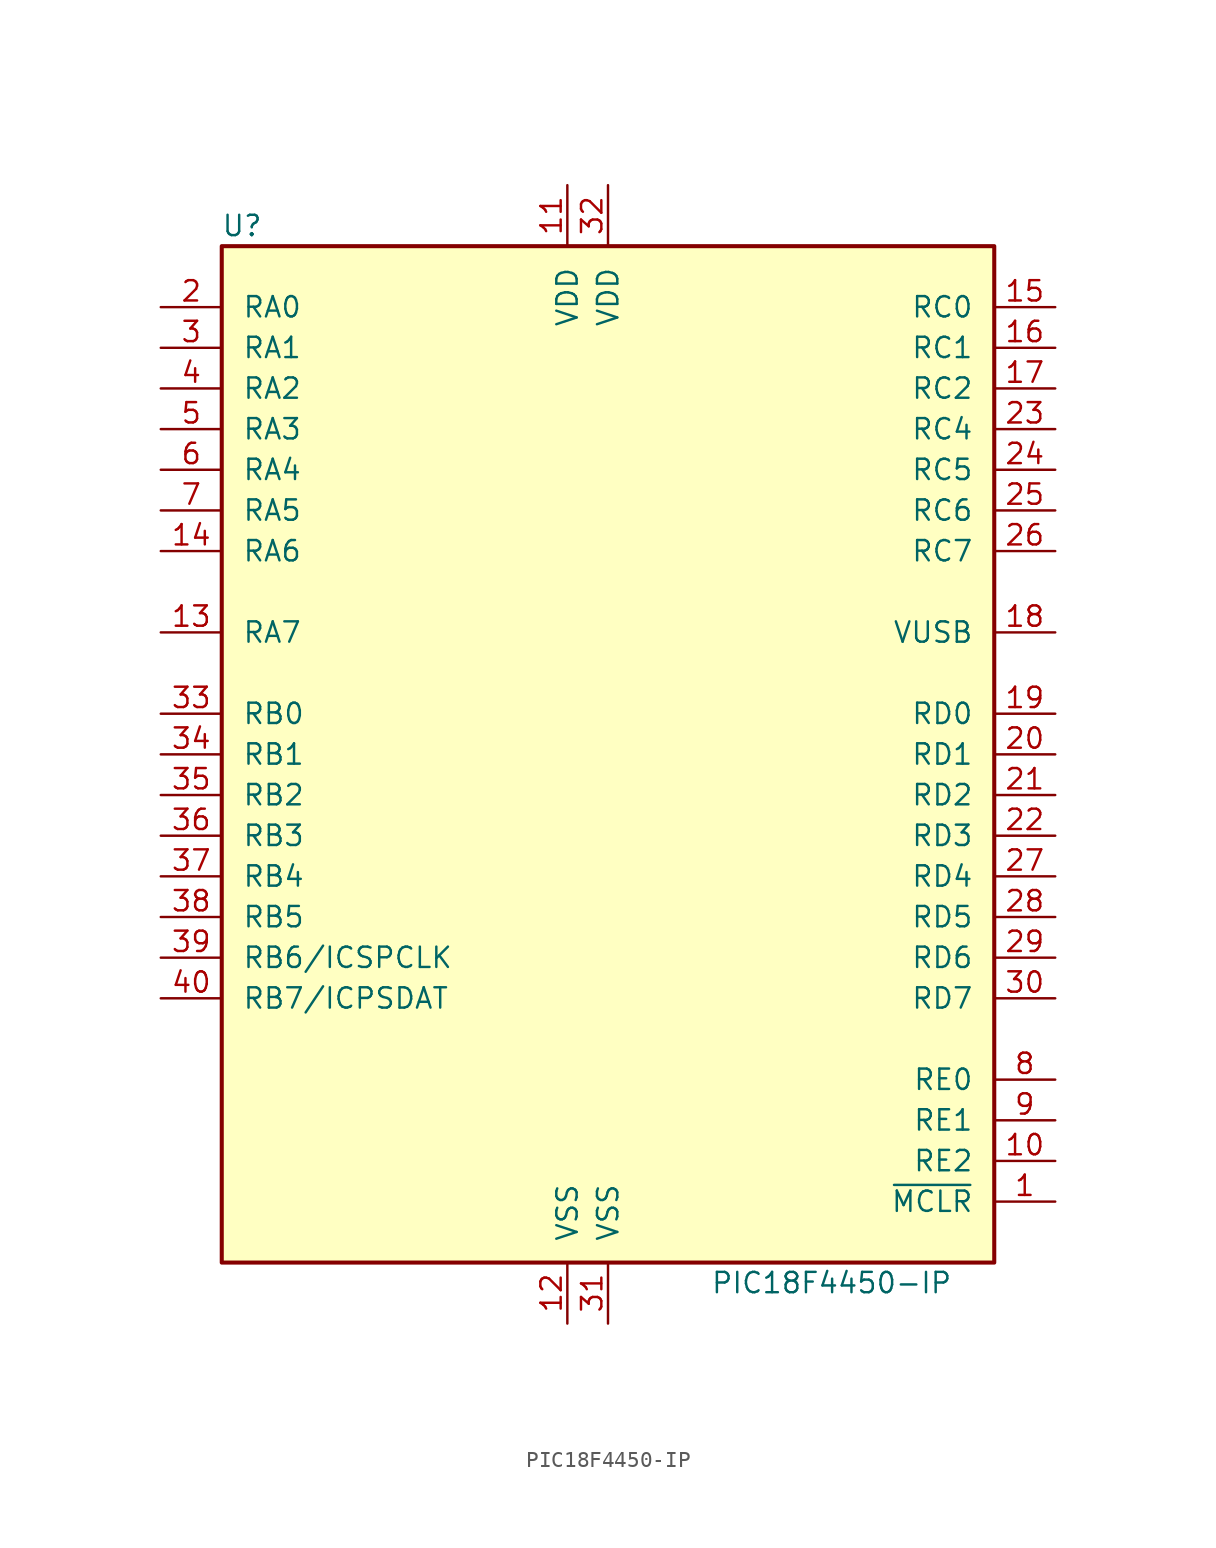
<source format=kicad_sym>
(kicad_symbol_lib
  (version 20220914)
  (generator kicad_symbol_editor)
  (symbol "PIC18F4450-IP"
    (pin_names
      (offset 1.27))
    (property "Reference" "U"
      (at -22.86 33.02 0)
      (effects (font (size 1.27 1.27))))
    (property "Value" "PIC18F4450-IP"
      (at 13.97 -33.02 0)
      (effects (font (size 1.27 1.27))))
    (symbol "PIC18F4450-IP_0_1"
      (rectangle (start -24.13 31.75) (end 24.13 -31.75) (stroke (width 0.254) (type default)) (fill (type background))))
    (symbol "PIC18F4450-IP_1_1"
      (pin input line (at 27.94 -27.94 180) (length 3.81) (name "~{MCLR}" (effects (font (size 1.27 1.27)))) (number "1" (effects (font (size 1.27 1.27)))))
      (pin bidirectional line (at 27.94 -25.4 180) (length 3.81) (name "RE2" (effects (font (size 1.27 1.27)))) (number "10" (effects (font (size 1.27 1.27)))))
      (pin power_in line (at -2.54 35.56 270) (length 3.81) (name "VDD" (effects (font (size 1.27 1.27)))) (number "11" (effects (font (size 1.27 1.27)))))
      (pin power_in line (at -2.54 -35.56 90) (length 3.81) (name "VSS" (effects (font (size 1.27 1.27)))) (number "12" (effects (font (size 1.27 1.27)))))
      (pin input line (at -27.94 7.62 0) (length 3.81) (name "RA7" (effects (font (size 1.27 1.27)))) (number "13" (effects (font (size 1.27 1.27)))))
      (pin output line (at -27.94 12.7 0) (length 3.81) (name "RA6" (effects (font (size 1.27 1.27)))) (number "14" (effects (font (size 1.27 1.27)))))
      (pin bidirectional line (at 27.94 27.94 180) (length 3.81) (name "RC0" (effects (font (size 1.27 1.27)))) (number "15" (effects (font (size 1.27 1.27)))))
      (pin bidirectional line (at 27.94 25.4 180) (length 3.81) (name "RC1" (effects (font (size 1.27 1.27)))) (number "16" (effects (font (size 1.27 1.27)))))
      (pin bidirectional line (at 27.94 22.86 180) (length 3.81) (name "RC2" (effects (font (size 1.27 1.27)))) (number "17" (effects (font (size 1.27 1.27)))))
      (pin bidirectional line (at 27.94 7.62 180) (length 3.81) (name "VUSB" (effects (font (size 1.27 1.27)))) (number "18" (effects (font (size 1.27 1.27)))))
      (pin bidirectional line (at 27.94 2.54 180) (length 3.81) (name "RD0" (effects (font (size 1.27 1.27)))) (number "19" (effects (font (size 1.27 1.27)))))
      (pin bidirectional line (at -27.94 27.94 0) (length 3.81) (name "RA0" (effects (font (size 1.27 1.27)))) (number "2" (effects (font (size 1.27 1.27)))))
      (pin bidirectional line (at 27.94 0 180) (length 3.81) (name "RD1" (effects (font (size 1.27 1.27)))) (number "20" (effects (font (size 1.27 1.27)))))
      (pin bidirectional line (at 27.94 -2.54 180) (length 3.81) (name "RD2" (effects (font (size 1.27 1.27)))) (number "21" (effects (font (size 1.27 1.27)))))
      (pin bidirectional line (at 27.94 -5.08 180) (length 3.81) (name "RD3" (effects (font (size 1.27 1.27)))) (number "22" (effects (font (size 1.27 1.27)))))
      (pin bidirectional line (at 27.94 20.32 180) (length 3.81) (name "RC4" (effects (font (size 1.27 1.27)))) (number "23" (effects (font (size 1.27 1.27)))))
      (pin bidirectional line (at 27.94 17.78 180) (length 3.81) (name "RC5" (effects (font (size 1.27 1.27)))) (number "24" (effects (font (size 1.27 1.27)))))
      (pin bidirectional line (at 27.94 15.24 180) (length 3.81) (name "RC6" (effects (font (size 1.27 1.27)))) (number "25" (effects (font (size 1.27 1.27)))))
      (pin bidirectional line (at 27.94 12.7 180) (length 3.81) (name "RC7" (effects (font (size 1.27 1.27)))) (number "26" (effects (font (size 1.27 1.27)))))
      (pin bidirectional line (at 27.94 -7.62 180) (length 3.81) (name "RD4" (effects (font (size 1.27 1.27)))) (number "27" (effects (font (size 1.27 1.27)))))
      (pin bidirectional line (at 27.94 -10.16 180) (length 3.81) (name "RD5" (effects (font (size 1.27 1.27)))) (number "28" (effects (font (size 1.27 1.27)))))
      (pin bidirectional line (at 27.94 -12.7 180) (length 3.81) (name "RD6" (effects (font (size 1.27 1.27)))) (number "29" (effects (font (size 1.27 1.27)))))
      (pin bidirectional line (at -27.94 25.4 0) (length 3.81) (name "RA1" (effects (font (size 1.27 1.27)))) (number "3" (effects (font (size 1.27 1.27)))))
      (pin bidirectional line (at 27.94 -15.24 180) (length 3.81) (name "RD7" (effects (font (size 1.27 1.27)))) (number "30" (effects (font (size 1.27 1.27)))))
      (pin power_in line (at 0 -35.56 90) (length 3.81) (name "VSS" (effects (font (size 1.27 1.27)))) (number "31" (effects (font (size 1.27 1.27)))))
      (pin power_in line (at 0 35.56 270) (length 3.81) (name "VDD" (effects (font (size 1.27 1.27)))) (number "32" (effects (font (size 1.27 1.27)))))
      (pin bidirectional line (at -27.94 2.54 0) (length 3.81) (name "RB0" (effects (font (size 1.27 1.27)))) (number "33" (effects (font (size 1.27 1.27)))))
      (pin bidirectional line (at -27.94 0 0) (length 3.81) (name "RB1" (effects (font (size 1.27 1.27)))) (number "34" (effects (font (size 1.27 1.27)))))
      (pin bidirectional line (at -27.94 -2.54 0) (length 3.81) (name "RB2" (effects (font (size 1.27 1.27)))) (number "35" (effects (font (size 1.27 1.27)))))
      (pin bidirectional line (at -27.94 -5.08 0) (length 3.81) (name "RB3" (effects (font (size 1.27 1.27)))) (number "36" (effects (font (size 1.27 1.27)))))
      (pin bidirectional line (at -27.94 -7.62 0) (length 3.81) (name "RB4" (effects (font (size 1.27 1.27)))) (number "37" (effects (font (size 1.27 1.27)))))
      (pin bidirectional line (at -27.94 -10.16 0) (length 3.81) (name "RB5" (effects (font (size 1.27 1.27)))) (number "38" (effects (font (size 1.27 1.27)))))
      (pin bidirectional line (at -27.94 -12.7 0) (length 3.81) (name "RB6/ICSPCLK" (effects (font (size 1.27 1.27)))) (number "39" (effects (font (size 1.27 1.27)))))
      (pin bidirectional line (at -27.94 22.86 0) (length 3.81) (name "RA2" (effects (font (size 1.27 1.27)))) (number "4" (effects (font (size 1.27 1.27)))))
      (pin bidirectional line (at -27.94 -15.24 0) (length 3.81) (name "RB7/ICPSDAT" (effects (font (size 1.27 1.27)))) (number "40" (effects (font (size 1.27 1.27)))))
      (pin bidirectional line (at -27.94 20.32 0) (length 3.81) (name "RA3" (effects (font (size 1.27 1.27)))) (number "5" (effects (font (size 1.27 1.27)))))
      (pin bidirectional line (at -27.94 17.78 0) (length 3.81) (name "RA4" (effects (font (size 1.27 1.27)))) (number "6" (effects (font (size 1.27 1.27)))))
      (pin bidirectional line (at -27.94 15.24 0) (length 3.81) (name "RA5" (effects (font (size 1.27 1.27)))) (number "7" (effects (font (size 1.27 1.27)))))
      (pin bidirectional line (at 27.94 -20.32 180) (length 3.81) (name "RE0" (effects (font (size 1.27 1.27)))) (number "8" (effects (font (size 1.27 1.27)))))
      (pin bidirectional line (at 27.94 -22.86 180) (length 3.81) (name "RE1" (effects (font (size 1.27 1.27)))) (number "9" (effects (font (size 1.27 1.27))))))))
</source>
